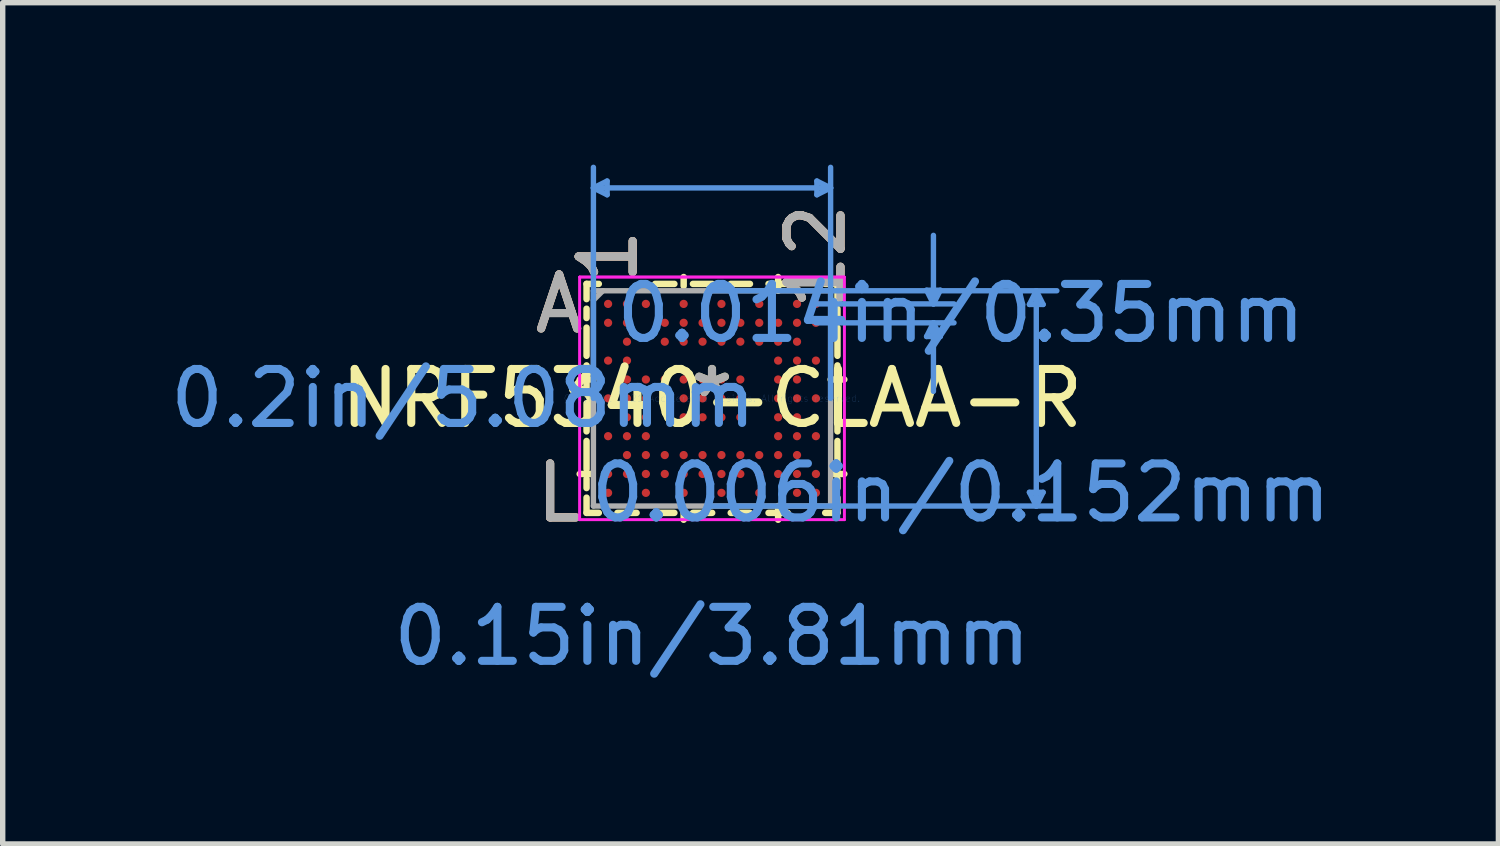
<source format=kicad_pcb>
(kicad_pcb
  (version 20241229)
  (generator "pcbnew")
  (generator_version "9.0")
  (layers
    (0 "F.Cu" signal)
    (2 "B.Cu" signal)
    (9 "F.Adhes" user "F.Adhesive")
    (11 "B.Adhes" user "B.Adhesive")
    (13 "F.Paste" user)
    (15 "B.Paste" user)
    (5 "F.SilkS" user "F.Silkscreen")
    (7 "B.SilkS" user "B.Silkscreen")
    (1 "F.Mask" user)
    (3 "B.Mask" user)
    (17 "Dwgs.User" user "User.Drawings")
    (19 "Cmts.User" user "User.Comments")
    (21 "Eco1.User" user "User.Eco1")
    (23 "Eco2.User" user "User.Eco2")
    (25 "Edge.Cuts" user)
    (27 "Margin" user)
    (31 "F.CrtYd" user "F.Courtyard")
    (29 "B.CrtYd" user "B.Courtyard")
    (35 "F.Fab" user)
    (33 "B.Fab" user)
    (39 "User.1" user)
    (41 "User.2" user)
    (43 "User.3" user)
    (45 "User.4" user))
  (footprint "NRF5340-CLAA-R"
    (layer "F.Cu")
    (at 10.14 4.33)
    (property "Reference" "NRF5340-CLAA-R" (at 0 0 0) (layer "F.SilkS") (effects (font (size 1 1) (thickness 0.15))))
    (attr through_hole)
    (fp_line (start -2.324 -2.121) (end -2.324 -1.839) (stroke (width 0.12) (type solid)) (layer "F.SilkS"))
    (fp_line (start -2.324 -1.661) (end -2.324 -1.489) (stroke (width 0.12) (type solid)) (layer "F.SilkS"))
    (fp_line (start -2.324 -1.311) (end -2.324 -0.789) (stroke (width 0.12) (type solid)) (layer "F.SilkS"))
    (fp_line (start -2.324 -0.611) (end -2.324 -0.089) (stroke (width 0.12) (type solid)) (layer "F.SilkS"))
    (fp_line (start -2.324 0.089) (end -2.324 0.611) (stroke (width 0.12) (type solid)) (layer "F.SilkS"))
    (fp_line (start -2.324 0.789) (end -2.324 1.311) (stroke (width 0.12) (type solid)) (layer "F.SilkS"))
    (fp_line (start -2.324 1.489) (end -2.324 1.661) (stroke (width 0.12) (type solid)) (layer "F.SilkS"))
    (fp_line (start -2.324 1.839) (end -2.324 2.121) (stroke (width 0.12) (type solid)) (layer "F.SilkS"))
    (fp_line (start -2.324 2.121) (end -2.097 2.121) (stroke (width 0.12) (type solid)) (layer "F.SilkS"))
    (fp_line (start -2.258 1.4) (end -2.451 1.4) (stroke (width 0.12) (type solid)) (layer "F.SilkS"))
    (fp_line (start -2.197 -0.35) (end -2.451 -0.35) (stroke (width 0.12) (type solid)) (layer "F.SilkS"))
    (fp_line (start -2.097 -2.121) (end -2.324 -2.121) (stroke (width 0.12) (type solid)) (layer "F.SilkS"))
    (fp_line (start -1.753 2.121) (end -1.397 2.121) (stroke (width 0.12) (type solid)) (layer "F.SilkS"))
    (fp_line (start -1.053 2.121) (end -0.697 2.121) (stroke (width 0.12) (type solid)) (layer "F.SilkS"))
    (fp_line (start -0.697 -2.121) (end -1.053 -2.121) (stroke (width 0.12) (type solid)) (layer "F.SilkS"))
    (fp_line (start -0.525 -2.083) (end -0.525 -2.248) (stroke (width 0.12) (type solid)) (layer "F.SilkS"))
    (fp_line (start -0.525 2.083) (end -0.525 2.248) (stroke (width 0.12) (type solid)) (layer "F.SilkS"))
    (fp_line (start -0.353 2.121) (end 0.003 2.121) (stroke (width 0.12) (type solid)) (layer "F.SilkS"))
    (fp_line (start 0.003 -2.121) (end -0.353 -2.121) (stroke (width 0.12) (type solid)) (layer "F.SilkS"))
    (fp_line (start 0.347 2.121) (end 0.703 2.121) (stroke (width 0.12) (type solid)) (layer "F.SilkS"))
    (fp_line (start 0.703 -2.121) (end 0.347 -2.121) (stroke (width 0.12) (type solid)) (layer "F.SilkS"))
    (fp_line (start 1.047 2.121) (end 1.403 2.121) (stroke (width 0.12) (type solid)) (layer "F.SilkS"))
    (fp_line (start 1.225 -1.994) (end 1.225 -2.248) (stroke (width 0.12) (type solid)) (layer "F.SilkS"))
    (fp_line (start 1.225 1.994) (end 1.225 2.248) (stroke (width 0.12) (type solid)) (layer "F.SilkS"))
    (fp_line (start 1.403 -2.121) (end 1.047 -2.121) (stroke (width 0.12) (type solid)) (layer "F.SilkS"))
    (fp_line (start 2.097 2.121) (end 2.324 2.121) (stroke (width 0.12) (type solid)) (layer "F.SilkS"))
    (fp_line (start 2.197 -0.35) (end 2.451 -0.35) (stroke (width 0.12) (type solid)) (layer "F.SilkS"))
    (fp_line (start 2.258 1.4) (end 2.451 1.4) (stroke (width 0.12) (type solid)) (layer "F.SilkS"))
    (fp_line (start 2.324 -2.121) (end 2.097 -2.121) (stroke (width 0.12) (type solid)) (layer "F.SilkS"))
    (fp_line (start 2.324 -1.839) (end 2.324 -2.121) (stroke (width 0.12) (type solid)) (layer "F.SilkS"))
    (fp_line (start 2.324 -1.489) (end 2.324 -1.661) (stroke (width 0.12) (type solid)) (layer "F.SilkS"))
    (fp_line (start 2.324 -0.789) (end 2.324 -1.311) (stroke (width 0.12) (type solid)) (layer "F.SilkS"))
    (fp_line (start 2.324 -0.089) (end 2.324 -0.611) (stroke (width 0.12) (type solid)) (layer "F.SilkS"))
    (fp_line (start 2.324 0.611) (end 2.324 0.089) (stroke (width 0.12) (type solid)) (layer "F.SilkS"))
    (fp_line (start 2.324 1.311) (end 2.324 0.789) (stroke (width 0.12) (type solid)) (layer "F.SilkS"))
    (fp_line (start 2.324 1.661) (end 2.324 1.489) (stroke (width 0.12) (type solid)) (layer "F.SilkS"))
    (fp_line (start 2.324 2.121) (end 2.324 1.839) (stroke (width 0.12) (type solid)) (layer "F.SilkS"))
    (fp_line (start -2.197 -3.899) (end -1.943 -4.026) (stroke (width 0.1) (type solid)) (layer "Cmts.User"))
    (fp_line (start -2.197 -3.899) (end -1.943 -3.772) (stroke (width 0.1) (type solid)) (layer "Cmts.User"))
    (fp_line (start -2.197 -3.899) (end 2.197 -3.899) (stroke (width 0.1) (type solid)) (layer "Cmts.User"))
    (fp_line (start -2.197 0) (end -2.197 -4.28) (stroke (width 0.1) (type solid)) (layer "Cmts.User"))
    (fp_line (start -1.943 -4.026) (end -1.943 -3.772) (stroke (width 0.1) (type solid)) (layer "Cmts.User"))
    (fp_line (start 0 -1.994) (end 6.388 -1.994) (stroke (width 0.1) (type solid)) (layer "Cmts.User"))
    (fp_line (start 0 1.994) (end 6.388 1.994) (stroke (width 0.1) (type solid)) (layer "Cmts.User"))
    (fp_line (start 1.925 -1.75) (end 4.483 -1.75) (stroke (width 0.1) (type solid)) (layer "Cmts.User"))
    (fp_line (start 1.925 -1.4) (end 4.483 -1.4) (stroke (width 0.1) (type solid)) (layer "Cmts.User"))
    (fp_line (start 1.943 -4.026) (end 1.943 -3.772) (stroke (width 0.1) (type solid)) (layer "Cmts.User"))
    (fp_line (start 2.197 -3.899) (end 1.943 -4.026) (stroke (width 0.1) (type solid)) (layer "Cmts.User"))
    (fp_line (start 2.197 -3.899) (end 1.943 -3.772) (stroke (width 0.1) (type solid)) (layer "Cmts.User"))
    (fp_line (start 2.197 0) (end 2.197 -4.28) (stroke (width 0.1) (type solid)) (layer "Cmts.User"))
    (fp_line (start 3.975 -2.004) (end 4.229 -2.004) (stroke (width 0.1) (type solid)) (layer "Cmts.User"))
    (fp_line (start 3.975 -1.146) (end 4.229 -1.146) (stroke (width 0.1) (type solid)) (layer "Cmts.User"))
    (fp_line (start 4.102 -1.75) (end 3.975 -2.004) (stroke (width 0.1) (type solid)) (layer "Cmts.User"))
    (fp_line (start 4.102 -1.75) (end 4.102 -3.02) (stroke (width 0.1) (type solid)) (layer "Cmts.User"))
    (fp_line (start 4.102 -1.75) (end 4.229 -2.004) (stroke (width 0.1) (type solid)) (layer "Cmts.User"))
    (fp_line (start 4.102 -1.4) (end 3.975 -1.146) (stroke (width 0.1) (type solid)) (layer "Cmts.User"))
    (fp_line (start 4.102 -1.4) (end 4.102 -0.13) (stroke (width 0.1) (type solid)) (layer "Cmts.User"))
    (fp_line (start 4.102 -1.4) (end 4.229 -1.146) (stroke (width 0.1) (type solid)) (layer "Cmts.User"))
    (fp_line (start 5.88 -1.74) (end 6.134 -1.74) (stroke (width 0.1) (type solid)) (layer "Cmts.User"))
    (fp_line (start 5.88 1.74) (end 6.134 1.74) (stroke (width 0.1) (type solid)) (layer "Cmts.User"))
    (fp_line (start 6.007 -1.994) (end 5.88 -1.74) (stroke (width 0.1) (type solid)) (layer "Cmts.User"))
    (fp_line (start 6.007 -1.994) (end 6.007 1.994) (stroke (width 0.1) (type solid)) (layer "Cmts.User"))
    (fp_line (start 6.007 -1.994) (end 6.134 -1.74) (stroke (width 0.1) (type solid)) (layer "Cmts.User"))
    (fp_line (start 6.007 1.994) (end 5.88 1.74) (stroke (width 0.1) (type solid)) (layer "Cmts.User"))
    (fp_line (start 6.007 1.994) (end 6.134 1.74) (stroke (width 0.1) (type solid)) (layer "Cmts.User"))
    (fp_line (start -2.451 -2.248) (end 2.451 -2.248) (stroke (width 0.05) (type solid)) (layer "F.CrtYd"))
    (fp_line (start -2.451 -2.248) (end 2.451 -2.248) (stroke (width 0.05) (type solid)) (layer "F.CrtYd"))
    (fp_line (start -2.451 2.248) (end -2.451 -2.248) (stroke (width 0.05) (type solid)) (layer "F.CrtYd"))
    (fp_line (start -2.451 2.248) (end -2.451 -2.248) (stroke (width 0.05) (type solid)) (layer "F.CrtYd"))
    (fp_line (start 2.451 -2.248) (end 2.451 2.248) (stroke (width 0.05) (type solid)) (layer "F.CrtYd"))
    (fp_line (start 2.451 -2.248) (end 2.451 2.248) (stroke (width 0.05) (type solid)) (layer "F.CrtYd"))
    (fp_line (start 2.451 2.248) (end -2.451 2.248) (stroke (width 0.05) (type solid)) (layer "F.CrtYd"))
    (fp_line (start 2.451 2.248) (end -2.451 2.248) (stroke (width 0.05) (type solid)) (layer "F.CrtYd"))
    (fp_line (start -2.197 -1.994) (end -2.197 1.994) (stroke (width 0.1) (type solid)) (layer "F.Fab"))
    (fp_line (start -2.197 1.994) (end 2.197 1.994) (stroke (width 0.1) (type solid)) (layer "F.Fab"))
    (fp_line (start -2.022 -1.994) (end -2.197 -1.819) (stroke (width 0.1) (type solid)) (layer "F.Fab"))
    (fp_line (start 2.197 -1.994) (end -2.197 -1.994) (stroke (width 0.1) (type solid)) (layer "F.Fab"))
    (fp_line (start 2.197 1.994) (end 2.197 -1.994) (stroke (width 0.1) (type solid)) (layer "F.Fab"))
    (fp_text user "L" (at -2.832 1.75 0) (layer "F.SilkS") (effects (font (size 1 1) (thickness 0.15))))
    (fp_text user "A" (at -2.832 -1.75 0) (layer "F.SilkS") (effects (font (size 1 1) (thickness 0.15))))
    (fp_text user "*" (at 0 0 0) (layer "F.SilkS") (effects (font (size 1 1) (thickness 0.15))))
    (fp_text user "1" (at -1.925 -2.629 90) (layer "F.SilkS") (effects (font (size 1 1) (thickness 0.15))))
    (fp_text user "12" (at 1.925 -2.629 90) (layer "F.SilkS") (effects (font (size 1 1) (thickness 0.15))))
    (fp_text user "1" (at -1.925 -2.629 90) (layer "B.SilkS") (effects (font (size 1 1) (thickness 0.15))))
    (fp_text user "L" (at -2.832 1.75 0) (layer "B.SilkS") (effects (font (size 1 1) (thickness 0.15))))
    (fp_text user "12" (at 1.925 -2.629 90) (layer "B.SilkS") (effects (font (size 1 1) (thickness 0.15))))
    (fp_text user "A" (at -2.832 -1.75 0) (layer "B.SilkS") (effects (font (size 1 1) (thickness 0.15))))
    (fp_text user "0.15in/3.81mm" (at 0 4.407 0) (layer "Cmts.User") (effects (font (size 1 1) (thickness 0.15))))
    (fp_text user "0.014in/0.35mm" (at 4.61 -1.575 0) (layer "Cmts.User") (effects (font (size 1 1) (thickness 0.15))))
    (fp_text user "0.006in/0.152mm" (at 4.61 1.75 0) (layer "Cmts.User") (effects (font (size 1 1) (thickness 0.15))))
    (fp_text user "0.2in/5.08mm" (at -4.61 0 0) (layer "Cmts.User") (effects (font (size 1 1) (thickness 0.15))))
    (fp_text user "Copyright 2021 Accelerated Designs. All rights reserved." (at 0 0 0) (layer "Cmts.User") (effects (font (size 0.127 0.127) (thickness 0.002))))
    (fp_text user "1" (at -1.925 -2.629 90) (layer "F.Fab") (effects (font (size 1 1) (thickness 0.15))))
    (fp_text user "*" (at 0 0 0) (layer "F.Fab") (effects (font (size 1 1) (thickness 0.15))))
    (fp_text user "L" (at -2.832 1.75 0) (layer "F.Fab") (effects (font (size 1 1) (thickness 0.15))))
    (fp_text user "A" (at -2.832 -1.75 0) (layer "F.Fab") (effects (font (size 1 1) (thickness 0.15))))
    (fp_text user "12" (at 1.925 -2.629 90) (layer "F.Fab") (effects (font (size 1 1) (thickness 0.15))))
    (pad "A1" smd circle (at -1.925 -1.75) (size 0.152 0.152) (layers "F.Cu" "F.Mask" "F.Paste"))
    (pad "A2" smd circle (at -1.575 -1.75) (size 0.152 0.152) (layers "F.Cu" "F.Mask" "F.Paste"))
    (pad "A3" smd circle (at -1.225 -1.75) (size 0.152 0.152) (layers "F.Cu" "F.Mask" "F.Paste"))
    (pad "A5" smd circle (at -0.525 -1.75) (size 0.152 0.152) (layers "F.Cu" "F.Mask" "F.Paste"))
    (pad "A7" smd circle (at 0.175 -1.75) (size 0.152 0.152) (layers "F.Cu" "F.Mask" "F.Paste"))
    (pad "A9" smd circle (at 0.875 -1.75) (size 0.152 0.152) (layers "F.Cu" "F.Mask" "F.Paste"))
    (pad "A11" smd circle (at 1.575 -1.75) (size 0.152 0.152) (layers "F.Cu" "F.Mask" "F.Paste"))
    (pad "A12" smd circle (at 1.925 -1.75) (size 0.152 0.152) (layers "F.Cu" "F.Mask" "F.Paste"))
    (pad "B1" smd circle (at -1.925 -1.4) (size 0.152 0.152) (layers "F.Cu" "F.Mask" "F.Paste"))
    (pad "B2" smd circle (at -1.575 -1.4) (size 0.152 0.152) (layers "F.Cu" "F.Mask" "F.Paste"))
    (pad "B4" smd circle (at -0.875 -1.4) (size 0.152 0.152) (layers "F.Cu" "F.Mask" "F.Paste"))
    (pad "B5" smd circle (at -0.525 -1.4) (size 0.152 0.152) (layers "F.Cu" "F.Mask" "F.Paste"))
    (pad "B6" smd circle (at -0.175 -1.4) (size 0.152 0.152) (layers "F.Cu" "F.Mask" "F.Paste"))
    (pad "B7" smd circle (at 0.175 -1.4) (size 0.152 0.152) (layers "F.Cu" "F.Mask" "F.Paste"))
    (pad "B8" smd circle (at 0.525 -1.4) (size 0.152 0.152) (layers "F.Cu" "F.Mask" "F.Paste"))
    (pad "B9" smd circle (at 0.875 -1.4) (size 0.152 0.152) (layers "F.Cu" "F.Mask" "F.Paste"))
    (pad "B10" smd circle (at 1.225 -1.4) (size 0.152 0.152) (layers "F.Cu" "F.Mask" "F.Paste"))
    (pad "B11" smd circle (at 1.575 -1.4) (size 0.152 0.152) (layers "F.Cu" "F.Mask" "F.Paste"))
    (pad "B12" smd circle (at 1.925 -1.4) (size 0.152 0.152) (layers "F.Cu" "F.Mask" "F.Paste"))
    (pad "C2" smd circle (at -1.575 -1.05) (size 0.152 0.152) (layers "F.Cu" "F.Mask" "F.Paste"))
    (pad "C4" smd circle (at -0.875 -1.05) (size 0.152 0.152) (layers "F.Cu" "F.Mask" "F.Paste"))
    (pad "C5" smd circle (at -0.525 -1.05) (size 0.152 0.152) (layers "F.Cu" "F.Mask" "F.Paste"))
    (pad "C6" smd circle (at -0.175 -1.05) (size 0.152 0.152) (layers "F.Cu" "F.Mask" "F.Paste"))
    (pad "C7" smd circle (at 0.175 -1.05) (size 0.152 0.152) (layers "F.Cu" "F.Mask" "F.Paste"))
    (pad "C8" smd circle (at 0.525 -1.05) (size 0.152 0.152) (layers "F.Cu" "F.Mask" "F.Paste"))
    (pad "C9" smd circle (at 0.875 -1.05) (size 0.152 0.152) (layers "F.Cu" "F.Mask" "F.Paste"))
    (pad "C10" smd circle (at 1.225 -1.05) (size 0.152 0.152) (layers "F.Cu" "F.Mask" "F.Paste"))
    (pad "C11" smd circle (at 1.575 -1.05) (size 0.152 0.152) (layers "F.Cu" "F.Mask" "F.Paste"))
    (pad "D1" smd circle (at -1.925 -0.7) (size 0.152 0.152) (layers "F.Cu" "F.Mask" "F.Paste"))
    (pad "D2" smd circle (at -1.575 -0.7) (size 0.152 0.152) (layers "F.Cu" "F.Mask" "F.Paste"))
    (pad "D10" smd circle (at 1.225 -0.7) (size 0.152 0.152) (layers "F.Cu" "F.Mask" "F.Paste"))
    (pad "D11" smd circle (at 1.575 -0.7) (size 0.152 0.152) (layers "F.Cu" "F.Mask" "F.Paste"))
    (pad "D12" smd circle (at 1.925 -0.7) (size 0.152 0.152) (layers "F.Cu" "F.Mask" "F.Paste"))
    (pad "E2" smd circle (at -1.575 -0.35) (size 0.152 0.152) (layers "F.Cu" "F.Mask" "F.Paste"))
    (pad "E3" smd circle (at -1.225 -0.35) (size 0.152 0.152) (layers "F.Cu" "F.Mask" "F.Paste"))
    (pad "E4" smd circle (at -0.875 -0.35) (size 0.152 0.152) (layers "F.Cu" "F.Mask" "F.Paste"))
    (pad "E5" smd circle (at -0.525 -0.35) (size 0.152 0.152) (layers "F.Cu" "F.Mask" "F.Paste"))
    (pad "E6" smd circle (at -0.175 -0.35) (size 0.152 0.152) (layers "F.Cu" "F.Mask" "F.Paste"))
    (pad "E7" smd circle (at 0.175 -0.35) (size 0.152 0.152) (layers "F.Cu" "F.Mask" "F.Paste"))
    (pad "E8" smd circle (at 0.525 -0.35) (size 0.152 0.152) (layers "F.Cu" "F.Mask" "F.Paste"))
    (pad "E10" smd circle (at 1.225 -0.35) (size 0.152 0.152) (layers "F.Cu" "F.Mask" "F.Paste"))
    (pad "E11" smd circle (at 1.575 -0.35) (size 0.152 0.152) (layers "F.Cu" "F.Mask" "F.Paste"))
    (pad "F1" smd circle (at -1.925 0) (size 0.152 0.152) (layers "F.Cu" "F.Mask" "F.Paste"))
    (pad "F2" smd circle (at -1.575 0) (size 0.152 0.152) (layers "F.Cu" "F.Mask" "F.Paste"))
    (pad "F3" smd circle (at -1.225 0) (size 0.152 0.152) (layers "F.Cu" "F.Mask" "F.Paste"))
    (pad "F5" smd circle (at -0.525 0) (size 0.152 0.152) (layers "F.Cu" "F.Mask" "F.Paste"))
    (pad "F6" smd circle (at -0.175 0) (size 0.152 0.152) (layers "F.Cu" "F.Mask" "F.Paste"))
    (pad "F7" smd circle (at 0.175 0) (size 0.152 0.152) (layers "F.Cu" "F.Mask" "F.Paste"))
    (pad "F8" smd circle (at 0.525 0) (size 0.152 0.152) (layers "F.Cu" "F.Mask" "F.Paste"))
    (pad "F10" smd circle (at 1.225 0) (size 0.152 0.152) (layers "F.Cu" "F.Mask" "F.Paste"))
    (pad "F11" smd circle (at 1.575 0) (size 0.152 0.152) (layers "F.Cu" "F.Mask" "F.Paste"))
    (pad "F12" smd circle (at 1.925 0) (size 0.152 0.152) (layers "F.Cu" "F.Mask" "F.Paste"))
    (pad "G2" smd circle (at -1.575 0.35) (size 0.152 0.152) (layers "F.Cu" "F.Mask" "F.Paste"))
    (pad "G3" smd circle (at -1.225 0.35) (size 0.152 0.152) (layers "F.Cu" "F.Mask" "F.Paste"))
    (pad "G5" smd circle (at -0.525 0.35) (size 0.152 0.152) (layers "F.Cu" "F.Mask" "F.Paste"))
    (pad "G6" smd circle (at -0.175 0.35) (size 0.152 0.152) (layers "F.Cu" "F.Mask" "F.Paste"))
    (pad "G7" smd circle (at 0.175 0.35) (size 0.152 0.152) (layers "F.Cu" "F.Mask" "F.Paste"))
    (pad "G8" smd circle (at 0.525 0.35) (size 0.152 0.152) (layers "F.Cu" "F.Mask" "F.Paste"))
    (pad "G10" smd circle (at 1.225 0.35) (size 0.152 0.152) (layers "F.Cu" "F.Mask" "F.Paste"))
    (pad "G11" smd circle (at 1.575 0.35) (size 0.152 0.152) (layers "F.Cu" "F.Mask" "F.Paste"))
    (pad "H1" smd circle (at -1.925 0.7) (size 0.152 0.152) (layers "F.Cu" "F.Mask" "F.Paste"))
    (pad "H2" smd circle (at -1.575 0.7) (size 0.152 0.152) (layers "F.Cu" "F.Mask" "F.Paste"))
    (pad "H3" smd circle (at -1.225 0.7) (size 0.152 0.152) (layers "F.Cu" "F.Mask" "F.Paste"))
    (pad "H10" smd circle (at 1.225 0.7) (size 0.152 0.152) (layers "F.Cu" "F.Mask" "F.Paste"))
    (pad "H11" smd circle (at 1.575 0.7) (size 0.152 0.152) (layers "F.Cu" "F.Mask" "F.Paste"))
    (pad "H12" smd circle (at 1.925 0.7) (size 0.152 0.152) (layers "F.Cu" "F.Mask" "F.Paste"))
    (pad "J2" smd circle (at -1.575 1.05) (size 0.152 0.152) (layers "F.Cu" "F.Mask" "F.Paste"))
    (pad "J3" smd circle (at -1.225 1.05) (size 0.152 0.152) (layers "F.Cu" "F.Mask" "F.Paste"))
    (pad "J4" smd circle (at -0.875 1.05) (size 0.152 0.152) (layers "F.Cu" "F.Mask" "F.Paste"))
    (pad "J5" smd circle (at -0.525 1.05) (size 0.152 0.152) (layers "F.Cu" "F.Mask" "F.Paste"))
    (pad "J6" smd circle (at -0.175 1.05) (size 0.152 0.152) (layers "F.Cu" "F.Mask" "F.Paste"))
    (pad "J7" smd circle (at 0.175 1.05) (size 0.152 0.152) (layers "F.Cu" "F.Mask" "F.Paste"))
    (pad "J8" smd circle (at 0.525 1.05) (size 0.152 0.152) (layers "F.Cu" "F.Mask" "F.Paste"))
    (pad "J9" smd circle (at 0.875 1.05) (size 0.152 0.152) (layers "F.Cu" "F.Mask" "F.Paste"))
    (pad "J10" smd circle (at 1.225 1.05) (size 0.152 0.152) (layers "F.Cu" "F.Mask" "F.Paste"))
    (pad "J11" smd circle (at 1.575 1.05) (size 0.152 0.152) (layers "F.Cu" "F.Mask" "F.Paste"))
    (pad "K1" smd circle (at -1.925 1.4) (size 0.152 0.152) (layers "F.Cu" "F.Mask" "F.Paste"))
    (pad "K2" smd circle (at -1.575 1.4) (size 0.152 0.152) (layers "F.Cu" "F.Mask" "F.Paste"))
    (pad "K3" smd circle (at -1.225 1.4) (size 0.152 0.152) (layers "F.Cu" "F.Mask" "F.Paste"))
    (pad "K4" smd circle (at -0.875 1.4) (size 0.152 0.152) (layers "F.Cu" "F.Mask" "F.Paste"))
    (pad "K5" smd circle (at -0.525 1.4) (size 0.152 0.152) (layers "F.Cu" "F.Mask" "F.Paste"))
    (pad "K6" smd circle (at -0.175 1.4) (size 0.152 0.152) (layers "F.Cu" "F.Mask" "F.Paste"))
    (pad "K7" smd circle (at 0.175 1.4) (size 0.152 0.152) (layers "F.Cu" "F.Mask" "F.Paste"))
    (pad "K8" smd circle (at 0.525 1.4) (size 0.152 0.152) (layers "F.Cu" "F.Mask" "F.Paste"))
    (pad "K9" smd circle (at 0.875 1.4) (size 0.152 0.152) (layers "F.Cu" "F.Mask" "F.Paste"))
    (pad "K10" smd circle (at 1.225 1.4) (size 0.152 0.152) (layers "F.Cu" "F.Mask" "F.Paste"))
    (pad "K11" smd circle (at 1.575 1.4) (size 0.152 0.152) (layers "F.Cu" "F.Mask" "F.Paste"))
    (pad "K12" smd circle (at 1.925 1.4) (size 0.152 0.152) (layers "F.Cu" "F.Mask" "F.Paste"))
    (pad "L1" smd circle (at -1.925 1.75) (size 0.152 0.152) (layers "F.Cu" "F.Mask" "F.Paste"))
    (pad "L3" smd circle (at -1.225 1.75) (size 0.152 0.152) (layers "F.Cu" "F.Mask" "F.Paste"))
    (pad "L5" smd circle (at -0.525 1.75) (size 0.152 0.152) (layers "F.Cu" "F.Mask" "F.Paste"))
    (pad "L7" smd circle (at 0.175 1.75) (size 0.152 0.152) (layers "F.Cu" "F.Mask" "F.Paste"))
    (pad "L9" smd circle (at 0.875 1.75) (size 0.152 0.152) (layers "F.Cu" "F.Mask" "F.Paste"))
    (pad "L11" smd circle (at 1.575 1.75) (size 0.152 0.152) (layers "F.Cu" "F.Mask" "F.Paste"))
    (pad "L12" smd circle (at 1.925 1.75) (size 0.152 0.152) (layers "F.Cu" "F.Mask" "F.Paste")))
  (gr_rect
    (start -3 -3)
    (end 24.708 12.585)
    (stroke (width 0.1) (type default))
    (fill no)
    (layer "Edge.Cuts")))
</source>
